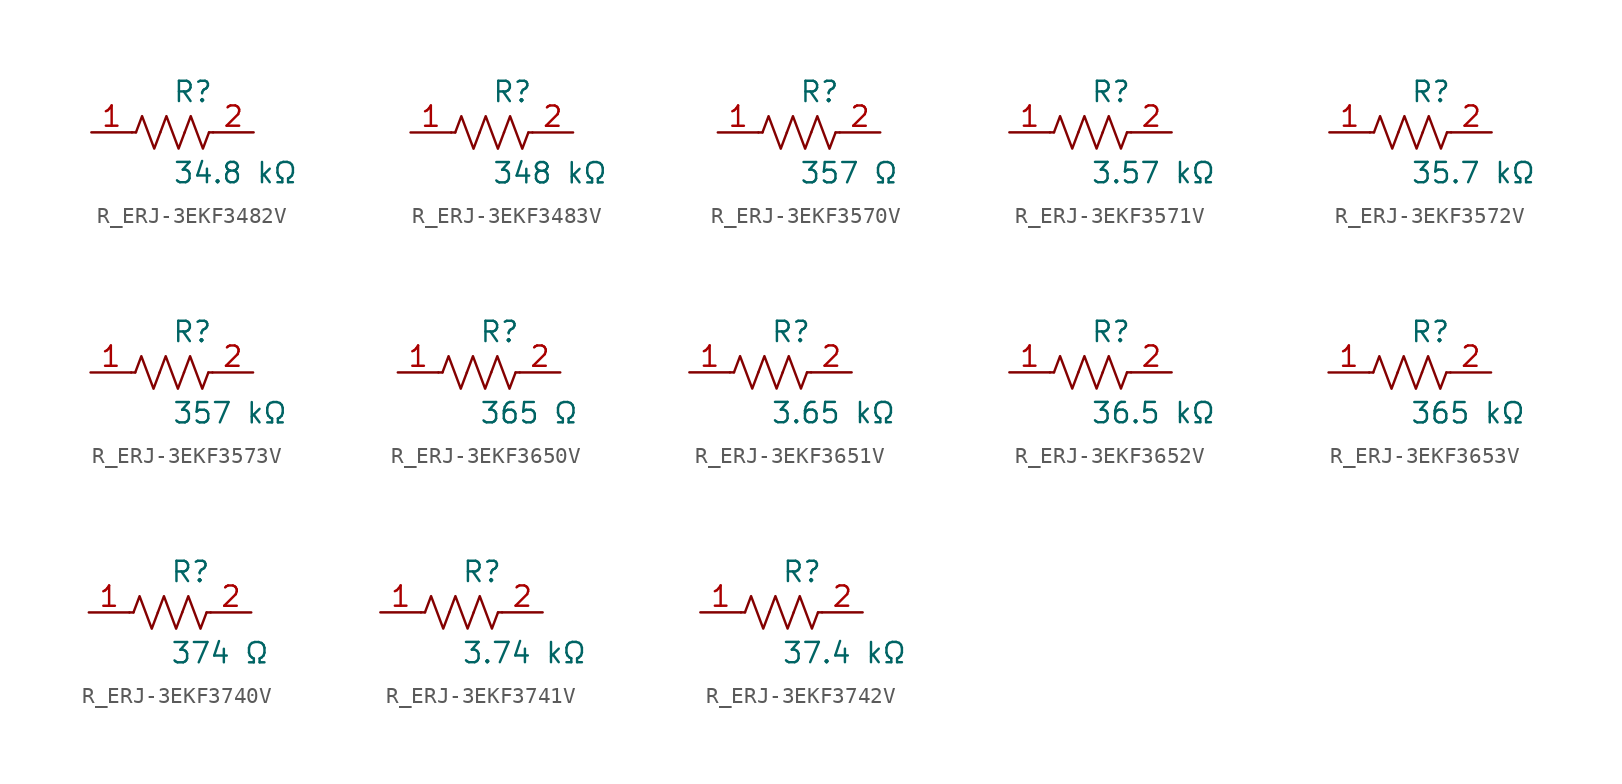
<source format=kicad_sym>
(kicad_symbol_lib
  (version 20231120)
  (generator "kicad_symbol_editor")
  (generator_version "8.0")
  (symbol "R_ERJ-3EKF3482V"
    (pin_names
      (offset 0.254))
    (property "Reference" "R"
      (at 0 2.54 0)
      (effects (font (size 1.27 1.27)) (justify left)))
    (property "Value" "34.8 kΩ"
      (at 0 -2.54 0)
      (effects (font (size 1.27 1.27)) (justify left)))
    (symbol "R_ERJ-3EKF3482V_0_1"
      (polyline (pts (xy 2.286 0) (xy 2.54 0)) (stroke (width 0) (type default)) (fill (type none)))
      (polyline (pts (xy -2.286 0) (xy -2.54 0)) (stroke (width 0) (type default)) (fill (type none)))
      (polyline (pts (xy 0.762 0) (xy 1.143 1.016) (xy 1.524 0) (xy 1.905 -1.016) (xy 2.286 0)) (stroke (width 0) (type default)) (fill (type none)))
      (polyline (pts (xy -0.762 0) (xy -0.381 1.016) (xy 0 0) (xy 0.381 -1.016) (xy 0.762 0)) (stroke (width 0) (type default)) (fill (type none)))
      (polyline (pts (xy -2.286 0) (xy -1.905 1.016) (xy -1.524 0) (xy -1.143 -1.016) (xy -0.762 0)) (stroke (width 0) (type default)) (fill (type none))))
    (pin unspecified line
      (at -5.08 0 0)
      (length 2.54)
      (name "" (effects (font (size 1.27 1.27))))
      (number "1" (effects (font (size 1.27 1.27)))))
    (pin unspecified line
      (at 5.08 0 180)
      (length 2.54)
      (name "" (effects (font (size 1.27 1.27))))
      (number "2" (effects (font (size 1.27 1.27))))))
  (symbol "R_ERJ-3EKF3483V"
    (pin_names
      (offset 0.254))
    (property "Reference" "R"
      (at 0 2.54 0)
      (effects (font (size 1.27 1.27)) (justify left)))
    (property "Value" "348 kΩ"
      (at 0 -2.54 0)
      (effects (font (size 1.27 1.27)) (justify left)))
    (symbol "R_ERJ-3EKF3483V_0_1"
      (polyline (pts (xy 2.286 0) (xy 2.54 0)) (stroke (width 0) (type default)) (fill (type none)))
      (polyline (pts (xy -2.286 0) (xy -2.54 0)) (stroke (width 0) (type default)) (fill (type none)))
      (polyline (pts (xy 0.762 0) (xy 1.143 1.016) (xy 1.524 0) (xy 1.905 -1.016) (xy 2.286 0)) (stroke (width 0) (type default)) (fill (type none)))
      (polyline (pts (xy -0.762 0) (xy -0.381 1.016) (xy 0 0) (xy 0.381 -1.016) (xy 0.762 0)) (stroke (width 0) (type default)) (fill (type none)))
      (polyline (pts (xy -2.286 0) (xy -1.905 1.016) (xy -1.524 0) (xy -1.143 -1.016) (xy -0.762 0)) (stroke (width 0) (type default)) (fill (type none))))
    (pin unspecified line
      (at -5.08 0 0)
      (length 2.54)
      (name "" (effects (font (size 1.27 1.27))))
      (number "1" (effects (font (size 1.27 1.27)))))
    (pin unspecified line
      (at 5.08 0 180)
      (length 2.54)
      (name "" (effects (font (size 1.27 1.27))))
      (number "2" (effects (font (size 1.27 1.27))))))
  (symbol "R_ERJ-3EKF3570V"
    (pin_names
      (offset 0.254))
    (property "Reference" "R"
      (at 0 2.54 0)
      (effects (font (size 1.27 1.27)) (justify left)))
    (property "Value" "357 Ω"
      (at 0 -2.54 0)
      (effects (font (size 1.27 1.27)) (justify left)))
    (symbol "R_ERJ-3EKF3570V_0_1"
      (polyline (pts (xy 2.286 0) (xy 2.54 0)) (stroke (width 0) (type default)) (fill (type none)))
      (polyline (pts (xy -2.286 0) (xy -2.54 0)) (stroke (width 0) (type default)) (fill (type none)))
      (polyline (pts (xy 0.762 0) (xy 1.143 1.016) (xy 1.524 0) (xy 1.905 -1.016) (xy 2.286 0)) (stroke (width 0) (type default)) (fill (type none)))
      (polyline (pts (xy -0.762 0) (xy -0.381 1.016) (xy 0 0) (xy 0.381 -1.016) (xy 0.762 0)) (stroke (width 0) (type default)) (fill (type none)))
      (polyline (pts (xy -2.286 0) (xy -1.905 1.016) (xy -1.524 0) (xy -1.143 -1.016) (xy -0.762 0)) (stroke (width 0) (type default)) (fill (type none))))
    (pin unspecified line
      (at -5.08 0 0)
      (length 2.54)
      (name "" (effects (font (size 1.27 1.27))))
      (number "1" (effects (font (size 1.27 1.27)))))
    (pin unspecified line
      (at 5.08 0 180)
      (length 2.54)
      (name "" (effects (font (size 1.27 1.27))))
      (number "2" (effects (font (size 1.27 1.27))))))
  (symbol "R_ERJ-3EKF3571V"
    (pin_names
      (offset 0.254))
    (property "Reference" "R"
      (at 0 2.54 0)
      (effects (font (size 1.27 1.27)) (justify left)))
    (property "Value" "3.57 kΩ"
      (at 0 -2.54 0)
      (effects (font (size 1.27 1.27)) (justify left)))
    (symbol "R_ERJ-3EKF3571V_0_1"
      (polyline (pts (xy 2.286 0) (xy 2.54 0)) (stroke (width 0) (type default)) (fill (type none)))
      (polyline (pts (xy -2.286 0) (xy -2.54 0)) (stroke (width 0) (type default)) (fill (type none)))
      (polyline (pts (xy 0.762 0) (xy 1.143 1.016) (xy 1.524 0) (xy 1.905 -1.016) (xy 2.286 0)) (stroke (width 0) (type default)) (fill (type none)))
      (polyline (pts (xy -0.762 0) (xy -0.381 1.016) (xy 0 0) (xy 0.381 -1.016) (xy 0.762 0)) (stroke (width 0) (type default)) (fill (type none)))
      (polyline (pts (xy -2.286 0) (xy -1.905 1.016) (xy -1.524 0) (xy -1.143 -1.016) (xy -0.762 0)) (stroke (width 0) (type default)) (fill (type none))))
    (pin unspecified line
      (at -5.08 0 0)
      (length 2.54)
      (name "" (effects (font (size 1.27 1.27))))
      (number "1" (effects (font (size 1.27 1.27)))))
    (pin unspecified line
      (at 5.08 0 180)
      (length 2.54)
      (name "" (effects (font (size 1.27 1.27))))
      (number "2" (effects (font (size 1.27 1.27))))))
  (symbol "R_ERJ-3EKF3572V"
    (pin_names
      (offset 0.254))
    (property "Reference" "R"
      (at 0 2.54 0)
      (effects (font (size 1.27 1.27)) (justify left)))
    (property "Value" "35.7 kΩ"
      (at 0 -2.54 0)
      (effects (font (size 1.27 1.27)) (justify left)))
    (symbol "R_ERJ-3EKF3572V_0_1"
      (polyline (pts (xy 2.286 0) (xy 2.54 0)) (stroke (width 0) (type default)) (fill (type none)))
      (polyline (pts (xy -2.286 0) (xy -2.54 0)) (stroke (width 0) (type default)) (fill (type none)))
      (polyline (pts (xy 0.762 0) (xy 1.143 1.016) (xy 1.524 0) (xy 1.905 -1.016) (xy 2.286 0)) (stroke (width 0) (type default)) (fill (type none)))
      (polyline (pts (xy -0.762 0) (xy -0.381 1.016) (xy 0 0) (xy 0.381 -1.016) (xy 0.762 0)) (stroke (width 0) (type default)) (fill (type none)))
      (polyline (pts (xy -2.286 0) (xy -1.905 1.016) (xy -1.524 0) (xy -1.143 -1.016) (xy -0.762 0)) (stroke (width 0) (type default)) (fill (type none))))
    (pin unspecified line
      (at -5.08 0 0)
      (length 2.54)
      (name "" (effects (font (size 1.27 1.27))))
      (number "1" (effects (font (size 1.27 1.27)))))
    (pin unspecified line
      (at 5.08 0 180)
      (length 2.54)
      (name "" (effects (font (size 1.27 1.27))))
      (number "2" (effects (font (size 1.27 1.27))))))
  (symbol "R_ERJ-3EKF3573V"
    (pin_names
      (offset 0.254))
    (property "Reference" "R"
      (at 0 2.54 0)
      (effects (font (size 1.27 1.27)) (justify left)))
    (property "Value" "357 kΩ"
      (at 0 -2.54 0)
      (effects (font (size 1.27 1.27)) (justify left)))
    (symbol "R_ERJ-3EKF3573V_0_1"
      (polyline (pts (xy 2.286 0) (xy 2.54 0)) (stroke (width 0) (type default)) (fill (type none)))
      (polyline (pts (xy -2.286 0) (xy -2.54 0)) (stroke (width 0) (type default)) (fill (type none)))
      (polyline (pts (xy 0.762 0) (xy 1.143 1.016) (xy 1.524 0) (xy 1.905 -1.016) (xy 2.286 0)) (stroke (width 0) (type default)) (fill (type none)))
      (polyline (pts (xy -0.762 0) (xy -0.381 1.016) (xy 0 0) (xy 0.381 -1.016) (xy 0.762 0)) (stroke (width 0) (type default)) (fill (type none)))
      (polyline (pts (xy -2.286 0) (xy -1.905 1.016) (xy -1.524 0) (xy -1.143 -1.016) (xy -0.762 0)) (stroke (width 0) (type default)) (fill (type none))))
    (pin unspecified line
      (at -5.08 0 0)
      (length 2.54)
      (name "" (effects (font (size 1.27 1.27))))
      (number "1" (effects (font (size 1.27 1.27)))))
    (pin unspecified line
      (at 5.08 0 180)
      (length 2.54)
      (name "" (effects (font (size 1.27 1.27))))
      (number "2" (effects (font (size 1.27 1.27))))))
  (symbol "R_ERJ-3EKF3650V"
    (pin_names
      (offset 0.254))
    (property "Reference" "R"
      (at 0 2.54 0)
      (effects (font (size 1.27 1.27)) (justify left)))
    (property "Value" "365 Ω"
      (at 0 -2.54 0)
      (effects (font (size 1.27 1.27)) (justify left)))
    (symbol "R_ERJ-3EKF3650V_0_1"
      (polyline (pts (xy 2.286 0) (xy 2.54 0)) (stroke (width 0) (type default)) (fill (type none)))
      (polyline (pts (xy -2.286 0) (xy -2.54 0)) (stroke (width 0) (type default)) (fill (type none)))
      (polyline (pts (xy 0.762 0) (xy 1.143 1.016) (xy 1.524 0) (xy 1.905 -1.016) (xy 2.286 0)) (stroke (width 0) (type default)) (fill (type none)))
      (polyline (pts (xy -0.762 0) (xy -0.381 1.016) (xy 0 0) (xy 0.381 -1.016) (xy 0.762 0)) (stroke (width 0) (type default)) (fill (type none)))
      (polyline (pts (xy -2.286 0) (xy -1.905 1.016) (xy -1.524 0) (xy -1.143 -1.016) (xy -0.762 0)) (stroke (width 0) (type default)) (fill (type none))))
    (pin unspecified line
      (at -5.08 0 0)
      (length 2.54)
      (name "" (effects (font (size 1.27 1.27))))
      (number "1" (effects (font (size 1.27 1.27)))))
    (pin unspecified line
      (at 5.08 0 180)
      (length 2.54)
      (name "" (effects (font (size 1.27 1.27))))
      (number "2" (effects (font (size 1.27 1.27))))))
  (symbol "R_ERJ-3EKF3651V"
    (pin_names
      (offset 0.254))
    (property "Reference" "R"
      (at 0 2.54 0)
      (effects (font (size 1.27 1.27)) (justify left)))
    (property "Value" "3.65 kΩ"
      (at 0 -2.54 0)
      (effects (font (size 1.27 1.27)) (justify left)))
    (symbol "R_ERJ-3EKF3651V_0_1"
      (polyline (pts (xy 2.286 0) (xy 2.54 0)) (stroke (width 0) (type default)) (fill (type none)))
      (polyline (pts (xy -2.286 0) (xy -2.54 0)) (stroke (width 0) (type default)) (fill (type none)))
      (polyline (pts (xy 0.762 0) (xy 1.143 1.016) (xy 1.524 0) (xy 1.905 -1.016) (xy 2.286 0)) (stroke (width 0) (type default)) (fill (type none)))
      (polyline (pts (xy -0.762 0) (xy -0.381 1.016) (xy 0 0) (xy 0.381 -1.016) (xy 0.762 0)) (stroke (width 0) (type default)) (fill (type none)))
      (polyline (pts (xy -2.286 0) (xy -1.905 1.016) (xy -1.524 0) (xy -1.143 -1.016) (xy -0.762 0)) (stroke (width 0) (type default)) (fill (type none))))
    (pin unspecified line
      (at -5.08 0 0)
      (length 2.54)
      (name "" (effects (font (size 1.27 1.27))))
      (number "1" (effects (font (size 1.27 1.27)))))
    (pin unspecified line
      (at 5.08 0 180)
      (length 2.54)
      (name "" (effects (font (size 1.27 1.27))))
      (number "2" (effects (font (size 1.27 1.27))))))
  (symbol "R_ERJ-3EKF3652V"
    (pin_names
      (offset 0.254))
    (property "Reference" "R"
      (at 0 2.54 0)
      (effects (font (size 1.27 1.27)) (justify left)))
    (property "Value" "36.5 kΩ"
      (at 0 -2.54 0)
      (effects (font (size 1.27 1.27)) (justify left)))
    (symbol "R_ERJ-3EKF3652V_0_1"
      (polyline (pts (xy 2.286 0) (xy 2.54 0)) (stroke (width 0) (type default)) (fill (type none)))
      (polyline (pts (xy -2.286 0) (xy -2.54 0)) (stroke (width 0) (type default)) (fill (type none)))
      (polyline (pts (xy 0.762 0) (xy 1.143 1.016) (xy 1.524 0) (xy 1.905 -1.016) (xy 2.286 0)) (stroke (width 0) (type default)) (fill (type none)))
      (polyline (pts (xy -0.762 0) (xy -0.381 1.016) (xy 0 0) (xy 0.381 -1.016) (xy 0.762 0)) (stroke (width 0) (type default)) (fill (type none)))
      (polyline (pts (xy -2.286 0) (xy -1.905 1.016) (xy -1.524 0) (xy -1.143 -1.016) (xy -0.762 0)) (stroke (width 0) (type default)) (fill (type none))))
    (pin unspecified line
      (at -5.08 0 0)
      (length 2.54)
      (name "" (effects (font (size 1.27 1.27))))
      (number "1" (effects (font (size 1.27 1.27)))))
    (pin unspecified line
      (at 5.08 0 180)
      (length 2.54)
      (name "" (effects (font (size 1.27 1.27))))
      (number "2" (effects (font (size 1.27 1.27))))))
  (symbol "R_ERJ-3EKF3653V"
    (pin_names
      (offset 0.254))
    (property "Reference" "R"
      (at 0 2.54 0)
      (effects (font (size 1.27 1.27)) (justify left)))
    (property "Value" "365 kΩ"
      (at 0 -2.54 0)
      (effects (font (size 1.27 1.27)) (justify left)))
    (symbol "R_ERJ-3EKF3653V_0_1"
      (polyline (pts (xy 2.286 0) (xy 2.54 0)) (stroke (width 0) (type default)) (fill (type none)))
      (polyline (pts (xy -2.286 0) (xy -2.54 0)) (stroke (width 0) (type default)) (fill (type none)))
      (polyline (pts (xy 0.762 0) (xy 1.143 1.016) (xy 1.524 0) (xy 1.905 -1.016) (xy 2.286 0)) (stroke (width 0) (type default)) (fill (type none)))
      (polyline (pts (xy -0.762 0) (xy -0.381 1.016) (xy 0 0) (xy 0.381 -1.016) (xy 0.762 0)) (stroke (width 0) (type default)) (fill (type none)))
      (polyline (pts (xy -2.286 0) (xy -1.905 1.016) (xy -1.524 0) (xy -1.143 -1.016) (xy -0.762 0)) (stroke (width 0) (type default)) (fill (type none))))
    (pin unspecified line
      (at -5.08 0 0)
      (length 2.54)
      (name "" (effects (font (size 1.27 1.27))))
      (number "1" (effects (font (size 1.27 1.27)))))
    (pin unspecified line
      (at 5.08 0 180)
      (length 2.54)
      (name "" (effects (font (size 1.27 1.27))))
      (number "2" (effects (font (size 1.27 1.27))))))
  (symbol "R_ERJ-3EKF3740V"
    (pin_names
      (offset 0.254))
    (property "Reference" "R"
      (at 0 2.54 0)
      (effects (font (size 1.27 1.27)) (justify left)))
    (property "Value" "374 Ω"
      (at 0 -2.54 0)
      (effects (font (size 1.27 1.27)) (justify left)))
    (symbol "R_ERJ-3EKF3740V_0_1"
      (polyline (pts (xy 2.286 0) (xy 2.54 0)) (stroke (width 0) (type default)) (fill (type none)))
      (polyline (pts (xy -2.286 0) (xy -2.54 0)) (stroke (width 0) (type default)) (fill (type none)))
      (polyline (pts (xy 0.762 0) (xy 1.143 1.016) (xy 1.524 0) (xy 1.905 -1.016) (xy 2.286 0)) (stroke (width 0) (type default)) (fill (type none)))
      (polyline (pts (xy -0.762 0) (xy -0.381 1.016) (xy 0 0) (xy 0.381 -1.016) (xy 0.762 0)) (stroke (width 0) (type default)) (fill (type none)))
      (polyline (pts (xy -2.286 0) (xy -1.905 1.016) (xy -1.524 0) (xy -1.143 -1.016) (xy -0.762 0)) (stroke (width 0) (type default)) (fill (type none))))
    (pin unspecified line
      (at -5.08 0 0)
      (length 2.54)
      (name "" (effects (font (size 1.27 1.27))))
      (number "1" (effects (font (size 1.27 1.27)))))
    (pin unspecified line
      (at 5.08 0 180)
      (length 2.54)
      (name "" (effects (font (size 1.27 1.27))))
      (number "2" (effects (font (size 1.27 1.27))))))
  (symbol "R_ERJ-3EKF3741V"
    (pin_names
      (offset 0.254))
    (property "Reference" "R"
      (at 0 2.54 0)
      (effects (font (size 1.27 1.27)) (justify left)))
    (property "Value" "3.74 kΩ"
      (at 0 -2.54 0)
      (effects (font (size 1.27 1.27)) (justify left)))
    (symbol "R_ERJ-3EKF3741V_0_1"
      (polyline (pts (xy 2.286 0) (xy 2.54 0)) (stroke (width 0) (type default)) (fill (type none)))
      (polyline (pts (xy -2.286 0) (xy -2.54 0)) (stroke (width 0) (type default)) (fill (type none)))
      (polyline (pts (xy 0.762 0) (xy 1.143 1.016) (xy 1.524 0) (xy 1.905 -1.016) (xy 2.286 0)) (stroke (width 0) (type default)) (fill (type none)))
      (polyline (pts (xy -0.762 0) (xy -0.381 1.016) (xy 0 0) (xy 0.381 -1.016) (xy 0.762 0)) (stroke (width 0) (type default)) (fill (type none)))
      (polyline (pts (xy -2.286 0) (xy -1.905 1.016) (xy -1.524 0) (xy -1.143 -1.016) (xy -0.762 0)) (stroke (width 0) (type default)) (fill (type none))))
    (pin unspecified line
      (at -5.08 0 0)
      (length 2.54)
      (name "" (effects (font (size 1.27 1.27))))
      (number "1" (effects (font (size 1.27 1.27)))))
    (pin unspecified line
      (at 5.08 0 180)
      (length 2.54)
      (name "" (effects (font (size 1.27 1.27))))
      (number "2" (effects (font (size 1.27 1.27))))))
  (symbol "R_ERJ-3EKF3742V"
    (pin_names
      (offset 0.254))
    (property "Reference" "R"
      (at 0 2.54 0)
      (effects (font (size 1.27 1.27)) (justify left)))
    (property "Value" "37.4 kΩ"
      (at 0 -2.54 0)
      (effects (font (size 1.27 1.27)) (justify left)))
    (symbol "R_ERJ-3EKF3742V_0_1"
      (polyline (pts (xy 2.286 0) (xy 2.54 0)) (stroke (width 0) (type default)) (fill (type none)))
      (polyline (pts (xy -2.286 0) (xy -2.54 0)) (stroke (width 0) (type default)) (fill (type none)))
      (polyline (pts (xy 0.762 0) (xy 1.143 1.016) (xy 1.524 0) (xy 1.905 -1.016) (xy 2.286 0)) (stroke (width 0) (type default)) (fill (type none)))
      (polyline (pts (xy -0.762 0) (xy -0.381 1.016) (xy 0 0) (xy 0.381 -1.016) (xy 0.762 0)) (stroke (width 0) (type default)) (fill (type none)))
      (polyline (pts (xy -2.286 0) (xy -1.905 1.016) (xy -1.524 0) (xy -1.143 -1.016) (xy -0.762 0)) (stroke (width 0) (type default)) (fill (type none))))
    (pin unspecified line
      (at -5.08 0 0)
      (length 2.54)
      (name "" (effects (font (size 1.27 1.27))))
      (number "1" (effects (font (size 1.27 1.27)))))
    (pin unspecified line
      (at 5.08 0 180)
      (length 2.54)
      (name "" (effects (font (size 1.27 1.27))))
      (number "2" (effects (font (size 1.27 1.27)))))))
</source>
